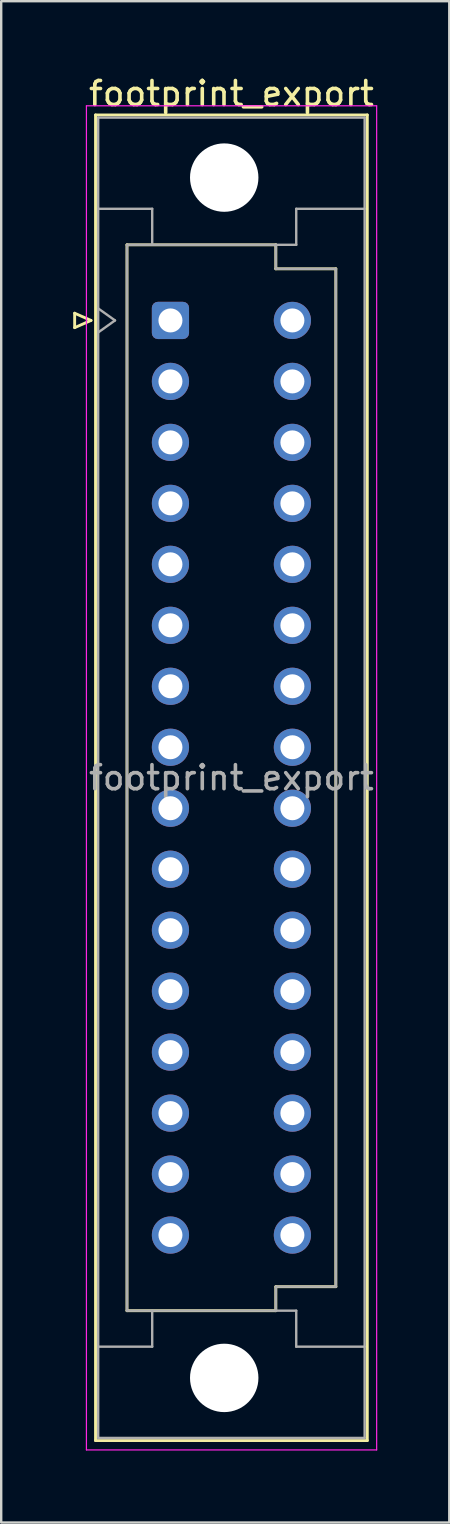
<source format=kicad_pcb>
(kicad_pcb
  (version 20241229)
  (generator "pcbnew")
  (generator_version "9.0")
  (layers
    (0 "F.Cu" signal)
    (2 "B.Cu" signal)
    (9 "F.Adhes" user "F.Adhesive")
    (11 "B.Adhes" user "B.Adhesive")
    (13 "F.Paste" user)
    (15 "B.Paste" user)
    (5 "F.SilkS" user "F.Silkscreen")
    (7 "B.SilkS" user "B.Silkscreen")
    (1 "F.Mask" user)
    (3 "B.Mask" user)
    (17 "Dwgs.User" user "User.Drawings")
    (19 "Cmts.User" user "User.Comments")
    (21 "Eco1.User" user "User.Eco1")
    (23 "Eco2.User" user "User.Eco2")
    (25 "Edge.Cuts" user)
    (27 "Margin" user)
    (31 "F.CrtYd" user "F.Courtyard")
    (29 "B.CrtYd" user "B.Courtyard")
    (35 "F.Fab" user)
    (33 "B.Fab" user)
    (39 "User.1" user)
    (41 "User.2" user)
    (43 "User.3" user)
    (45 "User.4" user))
  (footprint "footprint_export"
    (layer "F.Cu")
    (at 4.05 10.298)
    (property "Reference" "footprint_export" (at 2.54 -9.45 0) (layer "F.SilkS") (effects (font (size 1 1) (thickness 0.15))))
    (attr through_hole)
    (fp_line (start -3.99 -0.3) (end -3.99 0.3) (stroke (width 0.12) (type solid)) (layer "F.SilkS"))
    (fp_line (start -3.99 0.3) (end -3.31 0) (stroke (width 0.12) (type solid)) (layer "F.SilkS"))
    (fp_line (start -3.31 0) (end -3.99 -0.3) (stroke (width 0.12) (type solid)) (layer "F.SilkS"))
    (fp_line (start -3.12 -8.56) (end 8.2 -8.56) (stroke (width 0.12) (type solid)) (layer "F.SilkS"))
    (fp_line (start -3.12 46.66) (end -3.12 -8.56) (stroke (width 0.12) (type solid)) (layer "F.SilkS"))
    (fp_line (start -1.81 -3.15) (end 4.39 -3.15) (stroke (width 0.12) (type solid)) (layer "F.SilkS"))
    (fp_line (start -1.81 41.25) (end -1.81 -3.15) (stroke (width 0.12) (type solid)) (layer "F.SilkS"))
    (fp_line (start 4.39 -3.15) (end 4.39 -2.15) (stroke (width 0.12) (type solid)) (layer "F.SilkS"))
    (fp_line (start 4.39 -2.15) (end 6.89 -2.15) (stroke (width 0.12) (type solid)) (layer "F.SilkS"))
    (fp_line (start 4.39 40.25) (end 4.39 41.25) (stroke (width 0.12) (type solid)) (layer "F.SilkS"))
    (fp_line (start 4.39 41.25) (end -1.81 41.25) (stroke (width 0.12) (type solid)) (layer "F.SilkS"))
    (fp_line (start 6.89 -2.15) (end 6.89 40.25) (stroke (width 0.12) (type solid)) (layer "F.SilkS"))
    (fp_line (start 6.89 40.25) (end 4.39 40.25) (stroke (width 0.12) (type solid)) (layer "F.SilkS"))
    (fp_line (start 8.2 -8.56) (end 8.2 46.66) (stroke (width 0.12) (type solid)) (layer "F.SilkS"))
    (fp_line (start 8.2 46.66) (end -3.12 46.66) (stroke (width 0.12) (type solid)) (layer "F.SilkS"))
    (fp_line (start -3.5 -8.94) (end 8.59 -8.94) (stroke (width 0.05) (type solid)) (layer "F.CrtYd"))
    (fp_line (start -3.5 47.05) (end -3.5 -8.94) (stroke (width 0.05) (type solid)) (layer "F.CrtYd"))
    (fp_line (start 8.59 -8.94) (end 8.59 47.05) (stroke (width 0.05) (type solid)) (layer "F.CrtYd"))
    (fp_line (start 8.59 47.05) (end -3.5 47.05) (stroke (width 0.05) (type solid)) (layer "F.CrtYd"))
    (fp_line (start -3.01 -8.45) (end 8.09 -8.45) (stroke (width 0.1) (type solid)) (layer "F.Fab"))
    (fp_line (start -3.01 -4.65) (end -0.76 -4.65) (stroke (width 0.1) (type solid)) (layer "F.Fab"))
    (fp_line (start -3.01 -0.5) (end -2.31 0) (stroke (width 0.1) (type solid)) (layer "F.Fab"))
    (fp_line (start -3.01 42.75) (end -0.76 42.75) (stroke (width 0.1) (type solid)) (layer "F.Fab"))
    (fp_line (start -3.01 46.55) (end -3.01 -8.45) (stroke (width 0.1) (type solid)) (layer "F.Fab"))
    (fp_line (start -2.31 0) (end -3.01 0.5) (stroke (width 0.1) (type solid)) (layer "F.Fab"))
    (fp_line (start -1.81 -3.15) (end 4.39 -3.15) (stroke (width 0.1) (type solid)) (layer "F.Fab"))
    (fp_line (start -1.81 41.25) (end -1.81 -3.15) (stroke (width 0.1) (type solid)) (layer "F.Fab"))
    (fp_line (start -0.76 -4.65) (end -0.76 -3.15) (stroke (width 0.1) (type solid)) (layer "F.Fab"))
    (fp_line (start -0.76 42.75) (end -0.76 41.25) (stroke (width 0.1) (type solid)) (layer "F.Fab"))
    (fp_line (start 4.39 -3.15) (end 4.39 -2.15) (stroke (width 0.1) (type solid)) (layer "F.Fab"))
    (fp_line (start 4.39 -3.15) (end 5.24 -3.15) (stroke (width 0.1) (type solid)) (layer "F.Fab"))
    (fp_line (start 4.39 -2.15) (end 6.89 -2.15) (stroke (width 0.1) (type solid)) (layer "F.Fab"))
    (fp_line (start 4.39 40.25) (end 4.39 41.25) (stroke (width 0.1) (type solid)) (layer "F.Fab"))
    (fp_line (start 4.39 41.25) (end -1.81 41.25) (stroke (width 0.1) (type solid)) (layer "F.Fab"))
    (fp_line (start 4.39 41.25) (end 5.24 41.25) (stroke (width 0.1) (type solid)) (layer "F.Fab"))
    (fp_line (start 5.24 -4.65) (end 8.09 -4.65) (stroke (width 0.1) (type solid)) (layer "F.Fab"))
    (fp_line (start 5.24 -3.15) (end 5.24 -4.65) (stroke (width 0.1) (type solid)) (layer "F.Fab"))
    (fp_line (start 5.24 41.25) (end 5.24 42.75) (stroke (width 0.1) (type solid)) (layer "F.Fab"))
    (fp_line (start 5.24 42.75) (end 8.09 42.75) (stroke (width 0.1) (type solid)) (layer "F.Fab"))
    (fp_line (start 6.89 -2.15) (end 6.89 40.25) (stroke (width 0.1) (type solid)) (layer "F.Fab"))
    (fp_line (start 6.89 40.25) (end 4.39 40.25) (stroke (width 0.1) (type solid)) (layer "F.Fab"))
    (fp_line (start 8.09 -8.45) (end 8.09 46.55) (stroke (width 0.1) (type solid)) (layer "F.Fab"))
    (fp_line (start 8.09 46.55) (end -3.01 46.55) (stroke (width 0.1) (type solid)) (layer "F.Fab"))
    (fp_text user "${REFERENCE}" (at 2.54 19.05 0) (layer "F.Fab") (effects (font (size 1 1) (thickness 0.15))))
    (pad "" np_thru_hole circle (at 2.24 -5.95) (size 2.85 2.85) (drill 2.85) (layers "*.Cu" "*.Mask"))
    (pad "" np_thru_hole circle (at 2.24 44.05) (size 2.85 2.85) (drill 2.85) (layers "*.Cu" "*.Mask"))
    (pad "a1" thru_hole roundrect (at 0 0) (size 1.55 1.55) (drill 1) (layers "*.Cu" "*.Mask") (roundrect_rratio 0.161))
    (pad "a2" thru_hole circle (at 0 2.54) (size 1.55 1.55) (drill 1) (layers "*.Cu" "*.Mask"))
    (pad "a3" thru_hole circle (at 0 5.08) (size 1.55 1.55) (drill 1) (layers "*.Cu" "*.Mask"))
    (pad "a4" thru_hole circle (at 0 7.62) (size 1.55 1.55) (drill 1) (layers "*.Cu" "*.Mask"))
    (pad "a5" thru_hole circle (at 0 10.16) (size 1.55 1.55) (drill 1) (layers "*.Cu" "*.Mask"))
    (pad "a6" thru_hole circle (at 0 12.7) (size 1.55 1.55) (drill 1) (layers "*.Cu" "*.Mask"))
    (pad "a7" thru_hole circle (at 0 15.24) (size 1.55 1.55) (drill 1) (layers "*.Cu" "*.Mask"))
    (pad "a8" thru_hole circle (at 0 17.78) (size 1.55 1.55) (drill 1) (layers "*.Cu" "*.Mask"))
    (pad "a9" thru_hole circle (at 0 20.32) (size 1.55 1.55) (drill 1) (layers "*.Cu" "*.Mask"))
    (pad "a10" thru_hole circle (at 0 22.86) (size 1.55 1.55) (drill 1) (layers "*.Cu" "*.Mask"))
    (pad "a11" thru_hole circle (at 0 25.4) (size 1.55 1.55) (drill 1) (layers "*.Cu" "*.Mask"))
    (pad "a12" thru_hole circle (at 0 27.94) (size 1.55 1.55) (drill 1) (layers "*.Cu" "*.Mask"))
    (pad "a13" thru_hole circle (at 0 30.48) (size 1.55 1.55) (drill 1) (layers "*.Cu" "*.Mask"))
    (pad "a14" thru_hole circle (at 0 33.02) (size 1.55 1.55) (drill 1) (layers "*.Cu" "*.Mask"))
    (pad "a15" thru_hole circle (at 0 35.56) (size 1.55 1.55) (drill 1) (layers "*.Cu" "*.Mask"))
    (pad "a16" thru_hole circle (at 0 38.1) (size 1.55 1.55) (drill 1) (layers "*.Cu" "*.Mask"))
    (pad "c1" thru_hole circle (at 5.08 0) (size 1.55 1.55) (drill 1) (layers "*.Cu" "*.Mask"))
    (pad "c2" thru_hole circle (at 5.08 2.54) (size 1.55 1.55) (drill 1) (layers "*.Cu" "*.Mask"))
    (pad "c3" thru_hole circle (at 5.08 5.08) (size 1.55 1.55) (drill 1) (layers "*.Cu" "*.Mask"))
    (pad "c4" thru_hole circle (at 5.08 7.62) (size 1.55 1.55) (drill 1) (layers "*.Cu" "*.Mask"))
    (pad "c5" thru_hole circle (at 5.08 10.16) (size 1.55 1.55) (drill 1) (layers "*.Cu" "*.Mask"))
    (pad "c6" thru_hole circle (at 5.08 12.7) (size 1.55 1.55) (drill 1) (layers "*.Cu" "*.Mask"))
    (pad "c7" thru_hole circle (at 5.08 15.24) (size 1.55 1.55) (drill 1) (layers "*.Cu" "*.Mask"))
    (pad "c8" thru_hole circle (at 5.08 17.78) (size 1.55 1.55) (drill 1) (layers "*.Cu" "*.Mask"))
    (pad "c9" thru_hole circle (at 5.08 20.32) (size 1.55 1.55) (drill 1) (layers "*.Cu" "*.Mask"))
    (pad "c10" thru_hole circle (at 5.08 22.86) (size 1.55 1.55) (drill 1) (layers "*.Cu" "*.Mask"))
    (pad "c11" thru_hole circle (at 5.08 25.4) (size 1.55 1.55) (drill 1) (layers "*.Cu" "*.Mask"))
    (pad "c12" thru_hole circle (at 5.08 27.94) (size 1.55 1.55) (drill 1) (layers "*.Cu" "*.Mask"))
    (pad "c13" thru_hole circle (at 5.08 30.48) (size 1.55 1.55) (drill 1) (layers "*.Cu" "*.Mask"))
    (pad "c14" thru_hole circle (at 5.08 33.02) (size 1.55 1.55) (drill 1) (layers "*.Cu" "*.Mask"))
    (pad "c15" thru_hole circle (at 5.08 35.56) (size 1.55 1.55) (drill 1) (layers "*.Cu" "*.Mask"))
    (pad "c16" thru_hole circle (at 5.08 38.1) (size 1.55 1.55) (drill 1) (layers "*.Cu" "*.Mask")))
  (gr_rect
    (start -3 -3)
    (end 15.665 60.373)
    (stroke (width 0.1) (type default))
    (fill no)
    (layer "Edge.Cuts")))
</source>
